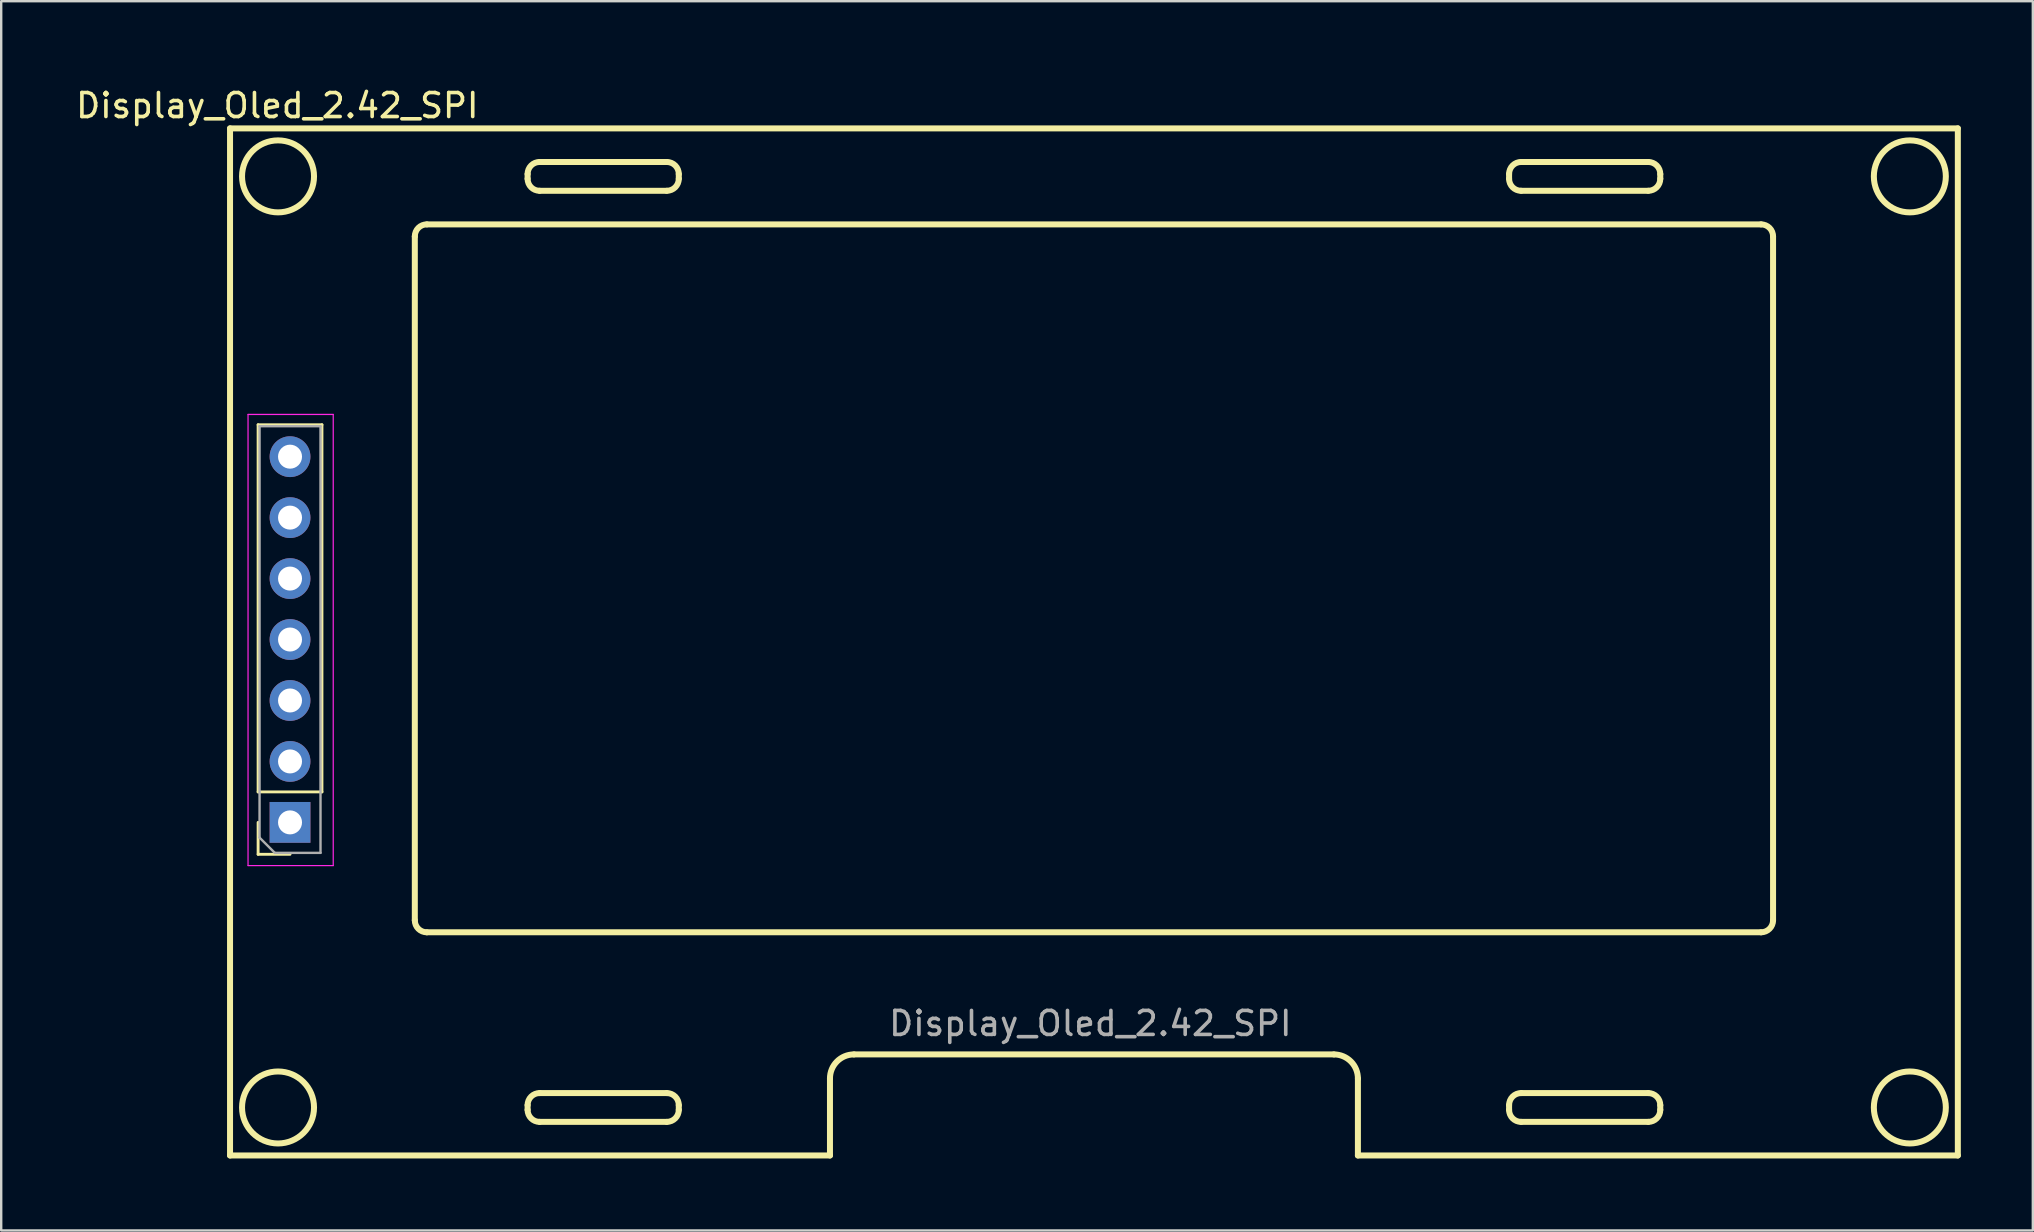
<source format=kicad_pcb>
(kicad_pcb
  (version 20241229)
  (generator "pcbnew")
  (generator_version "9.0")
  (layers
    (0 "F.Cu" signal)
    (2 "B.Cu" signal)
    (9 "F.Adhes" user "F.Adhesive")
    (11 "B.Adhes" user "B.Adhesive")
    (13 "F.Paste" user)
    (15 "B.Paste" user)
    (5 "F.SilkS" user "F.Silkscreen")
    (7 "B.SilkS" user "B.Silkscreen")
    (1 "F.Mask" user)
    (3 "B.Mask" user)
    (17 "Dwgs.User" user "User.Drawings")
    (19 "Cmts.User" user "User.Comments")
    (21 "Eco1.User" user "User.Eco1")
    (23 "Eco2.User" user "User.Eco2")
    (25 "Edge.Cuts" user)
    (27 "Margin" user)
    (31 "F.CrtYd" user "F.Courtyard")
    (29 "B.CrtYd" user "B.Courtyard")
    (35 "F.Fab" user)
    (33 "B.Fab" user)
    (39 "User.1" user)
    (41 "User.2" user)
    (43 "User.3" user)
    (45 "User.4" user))
  (footprint "Display_Oled_2.42_SPI"
    (layer "F.Cu")
    (at 5.736 0.25)
    (property "Reference" "Display_Oled_2.42_SPI" (at 2.77 1.1 0) (unlocked yes) (layer "F.SilkS") (effects (font (size 1 1) (thickness 0.15))))
    (attr through_hole)
    (fp_line (start 0.8 2.05) (end 0.8 44.85) (stroke (width 0.25) (type default)) (layer "F.SilkS"))
    (fp_line (start 0.8 44.85) (end 25.8 44.85) (stroke (width 0.25) (type default)) (layer "F.SilkS"))
    (fp_line (start 1.97 29.7) (end 1.97 14.4) (stroke (width 0.12) (type solid)) (layer "F.SilkS"))
    (fp_line (start 1.97 32.3) (end 1.97 30.97) (stroke (width 0.12) (type solid)) (layer "F.SilkS"))
    (fp_line (start 3.3 32.3) (end 1.97 32.3) (stroke (width 0.12) (type solid)) (layer "F.SilkS"))
    (fp_line (start 4.63 14.4) (end 1.97 14.4) (stroke (width 0.12) (type solid)) (layer "F.SilkS"))
    (fp_line (start 4.63 29.7) (end 1.97 29.7) (stroke (width 0.12) (type solid)) (layer "F.SilkS"))
    (fp_line (start 4.63 29.7) (end 4.63 14.4) (stroke (width 0.12) (type solid)) (layer "F.SilkS"))
    (fp_line (start 8.5 35.05) (end 8.5 6.55) (stroke (width 0.25) (type default)) (layer "F.SilkS"))
    (fp_line (start 9.003 6.05) (end 64.6 6.05) (stroke (width 0.25) (type default)) (layer "F.SilkS"))
    (fp_line (start 13.2 4.15) (end 13.2 3.95) (stroke (width 0.25) (type default)) (layer "F.SilkS"))
    (fp_line (start 13.2 42.95) (end 13.2 42.75) (stroke (width 0.25) (type default)) (layer "F.SilkS"))
    (fp_line (start 13.703 3.45) (end 19 3.45) (stroke (width 0.25) (type default)) (layer "F.SilkS"))
    (fp_line (start 13.703 42.25) (end 19 42.25) (stroke (width 0.25) (type default)) (layer "F.SilkS"))
    (fp_line (start 19 4.65) (end 13.7 4.65) (stroke (width 0.25) (type default)) (layer "F.SilkS"))
    (fp_line (start 19 43.45) (end 13.7 43.45) (stroke (width 0.25) (type default)) (layer "F.SilkS"))
    (fp_line (start 19.5 3.953) (end 19.5 4.15) (stroke (width 0.25) (type default)) (layer "F.SilkS"))
    (fp_line (start 19.5 42.753) (end 19.5 42.95) (stroke (width 0.25) (type default)) (layer "F.SilkS"))
    (fp_line (start 25.8 44.85) (end 25.8 41.639) (stroke (width 0.25) (type default)) (layer "F.SilkS"))
    (fp_line (start 26.8 40.639) (end 46.8 40.639) (stroke (width 0.25) (type default)) (layer "F.SilkS"))
    (fp_line (start 47.8 41.65) (end 47.8 44.85) (stroke (width 0.25) (type default)) (layer "F.SilkS"))
    (fp_line (start 47.8 44.85) (end 72.8 44.85) (stroke (width 0.25) (type default)) (layer "F.SilkS"))
    (fp_line (start 54.1 4.15) (end 54.1 3.95) (stroke (width 0.25) (type default)) (layer "F.SilkS"))
    (fp_line (start 54.1 42.95) (end 54.1 42.75) (stroke (width 0.25) (type default)) (layer "F.SilkS"))
    (fp_line (start 54.606 3.45) (end 59.9 3.45) (stroke (width 0.25) (type default)) (layer "F.SilkS"))
    (fp_line (start 54.606 42.25) (end 59.9 42.25) (stroke (width 0.25) (type default)) (layer "F.SilkS"))
    (fp_line (start 59.9 4.65) (end 54.6 4.65) (stroke (width 0.25) (type default)) (layer "F.SilkS"))
    (fp_line (start 59.9 43.45) (end 54.6 43.45) (stroke (width 0.25) (type default)) (layer "F.SilkS"))
    (fp_line (start 60.4 3.953) (end 60.4 4.15) (stroke (width 0.25) (type default)) (layer "F.SilkS"))
    (fp_line (start 60.4 42.753) (end 60.4 42.95) (stroke (width 0.25) (type default)) (layer "F.SilkS"))
    (fp_line (start 64.6 35.55) (end 9 35.55) (stroke (width 0.25) (type default)) (layer "F.SilkS"))
    (fp_line (start 65.1 6.552) (end 65.1 35.05) (stroke (width 0.25) (type default)) (layer "F.SilkS"))
    (fp_line (start 72.8 2.05) (end 0.8 2.05) (stroke (width 0.25) (type default)) (layer "F.SilkS"))
    (fp_line (start 72.8 44.85) (end 72.8 2.05) (stroke (width 0.25) (type default)) (layer "F.SilkS"))
    (fp_arc (start 8.5 6.550075) (mid 8.64734 6.195602) (end 9.00253 6.05) (stroke (width 0.25) (type default)) (layer "F.SilkS"))
    (fp_arc (start 8.999971 35.55) (mid 8.64643 35.403551) (end 8.5 35.05) (stroke (width 0.25) (type default)) (layer "F.SilkS"))
    (fp_arc (start 13.2 3.950075) (mid 13.347345 3.595609) (end 13.70253 3.45) (stroke (width 0.25) (type default)) (layer "F.SilkS"))
    (fp_arc (start 13.2 42.750085) (mid 13.347341 42.395613) (end 13.70253 42.25) (stroke (width 0.25) (type default)) (layer "F.SilkS"))
    (fp_arc (start 13.699971 4.65) (mid 13.346436 4.503543) (end 13.2 4.15) (stroke (width 0.25) (type default)) (layer "F.SilkS"))
    (fp_arc (start 13.699971 43.45) (mid 13.346436 43.303543) (end 13.2 42.95) (stroke (width 0.25) (type default)) (layer "F.SilkS"))
    (fp_arc (start 18.999971 3.45) (mid 19.354489 3.597385) (end 19.5 3.95268) (stroke (width 0.25) (type default)) (layer "F.SilkS"))
    (fp_arc (start 18.999971 42.25) (mid 19.354489 42.397385) (end 19.5 42.75268) (stroke (width 0.25) (type default)) (layer "F.SilkS"))
    (fp_arc (start 19.5 4.150035) (mid 19.353541 4.503566) (end 19 4.65) (stroke (width 0.25) (type default)) (layer "F.SilkS"))
    (fp_arc (start 19.5 42.950035) (mid 19.353541 43.303566) (end 19 43.45) (stroke (width 0.25) (type default)) (layer "F.SilkS"))
    (fp_arc (start 25.8 41.639135) (mid 26.092899 40.932038) (end 26.8 40.639145) (stroke (width 0.25) (type default)) (layer "F.SilkS"))
    (fp_arc (start 46.799971 40.639145) (mid 47.511013 40.936002) (end 47.8 41.65028) (stroke (width 0.25) (type default)) (layer "F.SilkS"))
    (fp_arc (start 54.1 3.950035) (mid 54.24861 3.594312) (end 54.606071 3.45) (stroke (width 0.25) (type default)) (layer "F.SilkS"))
    (fp_arc (start 54.1 42.750035) (mid 54.24861 42.394312) (end 54.606071 42.25) (stroke (width 0.25) (type default)) (layer "F.SilkS"))
    (fp_arc (start 54.599971 4.65) (mid 54.246436 4.503543) (end 54.1 4.15) (stroke (width 0.25) (type default)) (layer "F.SilkS"))
    (fp_arc (start 54.599971 43.45) (mid 54.246436 43.303543) (end 54.1 42.95) (stroke (width 0.25) (type default)) (layer "F.SilkS"))
    (fp_arc (start 59.899971 3.45) (mid 60.254489 3.597385) (end 60.4 3.95268) (stroke (width 0.25) (type default)) (layer "F.SilkS"))
    (fp_arc (start 59.899971 42.25) (mid 60.254489 42.397385) (end 60.4 42.75268) (stroke (width 0.25) (type default)) (layer "F.SilkS"))
    (fp_arc (start 60.4 4.150035) (mid 60.253541 4.503566) (end 59.9 4.65) (stroke (width 0.25) (type default)) (layer "F.SilkS"))
    (fp_arc (start 60.4 42.950035) (mid 60.253541 43.303566) (end 59.9 43.45) (stroke (width 0.25) (type default)) (layer "F.SilkS"))
    (fp_arc (start 64.599971 6.05) (mid 64.954414 6.197324) (end 65.1 6.552484) (stroke (width 0.25) (type default)) (layer "F.SilkS"))
    (fp_arc (start 65.1 35.050035) (mid 64.953549 35.403563) (end 64.6 35.55) (stroke (width 0.25) (type default)) (layer "F.SilkS"))
    (fp_circle (center 2.8 4.05) (end 4.3 4.05) (stroke (width 0.25) (type default)) (fill no) (layer "F.SilkS"))
    (fp_circle (center 2.8 42.85) (end 4.3 42.85) (stroke (width 0.25) (type default)) (fill no) (layer "F.SilkS"))
    (fp_circle (center 70.8 4.05) (end 72.3 4.05) (stroke (width 0.25) (type default)) (fill no) (layer "F.SilkS"))
    (fp_circle (center 70.8 42.85) (end 72.3 42.85) (stroke (width 0.25) (type default)) (fill no) (layer "F.SilkS"))
    (fp_line (start 1.55 13.97) (end 5.1 13.97) (stroke (width 0.05) (type solid)) (layer "F.CrtYd"))
    (fp_line (start 1.55 32.77) (end 1.55 13.97) (stroke (width 0.05) (type solid)) (layer "F.CrtYd"))
    (fp_line (start 5.1 13.97) (end 5.1 32.77) (stroke (width 0.05) (type solid)) (layer "F.CrtYd"))
    (fp_line (start 5.1 32.77) (end 1.55 32.77) (stroke (width 0.05) (type solid)) (layer "F.CrtYd"))
    (fp_line (start 2.03 14.46) (end 4.57 14.46) (stroke (width 0.1) (type solid)) (layer "F.Fab"))
    (fp_line (start 2.03 31.605) (end 2.03 14.46) (stroke (width 0.1) (type solid)) (layer "F.Fab"))
    (fp_line (start 2.665 32.24) (end 2.03 31.605) (stroke (width 0.1) (type solid)) (layer "F.Fab"))
    (fp_line (start 4.57 14.46) (end 4.57 32.24) (stroke (width 0.1) (type solid)) (layer "F.Fab"))
    (fp_line (start 4.57 32.24) (end 2.665 32.24) (stroke (width 0.1) (type solid)) (layer "F.Fab"))
    (fp_text user "${REFERENCE}" (at 36.65 39.35 0) (unlocked yes) (layer "F.Fab") (effects (font (size 1 1) (thickness 0.15))))
    (pad "1" thru_hole rect (at 3.3 30.97 180) (size 1.7 1.7) (drill 1) (layers "*.Cu" "*.Mask"))
    (pad "2" thru_hole oval (at 3.3 28.43 180) (size 1.7 1.7) (drill 1) (layers "*.Cu" "*.Mask"))
    (pad "3" thru_hole oval (at 3.3 25.89 180) (size 1.7 1.7) (drill 1) (layers "*.Cu" "*.Mask"))
    (pad "4" thru_hole oval (at 3.3 23.35 180) (size 1.7 1.7) (drill 1) (layers "*.Cu" "*.Mask"))
    (pad "5" thru_hole oval (at 3.3 20.81 180) (size 1.7 1.7) (drill 1) (layers "*.Cu" "*.Mask"))
    (pad "6" thru_hole oval (at 3.3 18.27 180) (size 1.7 1.7) (drill 1) (layers "*.Cu" "*.Mask"))
    (pad "7" thru_hole oval (at 3.3 15.73 180) (size 1.7 1.7) (drill 1) (layers "*.Cu" "*.Mask")))
  (gr_rect
    (start -3 -3)
    (end 81.661 48.225)
    (stroke (width 0.1) (type default))
    (fill no)
    (layer "Edge.Cuts")))
</source>
